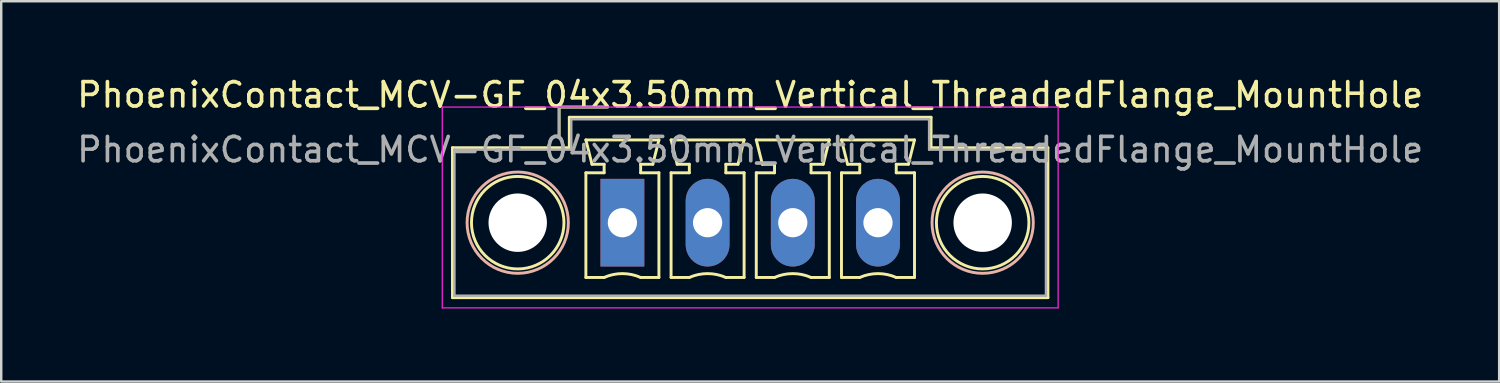
<source format=kicad_pcb>
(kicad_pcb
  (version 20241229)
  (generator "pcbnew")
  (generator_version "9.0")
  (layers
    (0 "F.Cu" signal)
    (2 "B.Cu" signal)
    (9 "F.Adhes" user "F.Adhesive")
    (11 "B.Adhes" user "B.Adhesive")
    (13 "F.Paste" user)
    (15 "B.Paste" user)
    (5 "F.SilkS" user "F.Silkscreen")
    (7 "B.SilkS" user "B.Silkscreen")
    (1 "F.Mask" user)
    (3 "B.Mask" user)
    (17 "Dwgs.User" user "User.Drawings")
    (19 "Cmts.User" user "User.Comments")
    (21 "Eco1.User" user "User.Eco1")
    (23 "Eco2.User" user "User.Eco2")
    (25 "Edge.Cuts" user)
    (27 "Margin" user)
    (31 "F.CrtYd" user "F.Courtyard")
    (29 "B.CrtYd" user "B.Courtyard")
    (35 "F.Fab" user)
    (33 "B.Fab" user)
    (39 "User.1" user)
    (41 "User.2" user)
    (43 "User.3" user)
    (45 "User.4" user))
  (footprint "PhoenixContact_MCV-GF_04x3.50mm_Vertical_ThreadedFlange_MountHole"
    (layer "F.Cu")
    (at 22.518 6.098)
    (property "Reference" "PhoenixContact_MCV-GF_04x3.50mm_Vertical_ThreadedFlange_MountHole" (at 5.25 -5.25 0) (layer "F.SilkS") (effects (font (size 1 1) (thickness 0.15))))
    (attr through_hole)
    (fp_line (start -6.98 -3.08) (end -6.98 3.08) (stroke (width 0.12) (type solid)) (layer "F.SilkS"))
    (fp_line (start -6.98 3.08) (end 17.48 3.08) (stroke (width 0.12) (type solid)) (layer "F.SilkS"))
    (fp_line (start -2.6 -4.75) (end -0.6 -4.75) (stroke (width 0.12) (type solid)) (layer "F.SilkS"))
    (fp_line (start -2.6 -3.5) (end -2.6 -4.75) (stroke (width 0.12) (type solid)) (layer "F.SilkS"))
    (fp_line (start -2.18 -4.33) (end -2.18 -3.08) (stroke (width 0.12) (type solid)) (layer "F.SilkS"))
    (fp_line (start -2.18 -3.08) (end -6.98 -3.08) (stroke (width 0.12) (type solid)) (layer "F.SilkS"))
    (fp_line (start -1.5 -3.4) (end 1.5 -3.4) (stroke (width 0.12) (type solid)) (layer "F.SilkS"))
    (fp_line (start -1.5 -2.05) (end -0.75 -2.05) (stroke (width 0.12) (type solid)) (layer "F.SilkS"))
    (fp_line (start -1.5 2.25) (end -1.5 -2.05) (stroke (width 0.12) (type solid)) (layer "F.SilkS"))
    (fp_line (start -1.25 -2.4) (end -1.5 -3.4) (stroke (width 0.12) (type solid)) (layer "F.SilkS"))
    (fp_line (start -0.75 -2.4) (end -1.25 -2.4) (stroke (width 0.12) (type solid)) (layer "F.SilkS"))
    (fp_line (start -0.75 -2.05) (end -0.75 -2.4) (stroke (width 0.12) (type solid)) (layer "F.SilkS"))
    (fp_line (start -0.75 2.25) (end -1.5 2.25) (stroke (width 0.12) (type solid)) (layer "F.SilkS"))
    (fp_line (start 0.75 -2.4) (end 0.75 -2.05) (stroke (width 0.12) (type solid)) (layer "F.SilkS"))
    (fp_line (start 0.75 -2.05) (end 1.5 -2.05) (stroke (width 0.12) (type solid)) (layer "F.SilkS"))
    (fp_line (start 1.25 -2.4) (end 0.75 -2.4) (stroke (width 0.12) (type solid)) (layer "F.SilkS"))
    (fp_line (start 1.5 -3.4) (end 1.25 -2.4) (stroke (width 0.12) (type solid)) (layer "F.SilkS"))
    (fp_line (start 1.5 -2.05) (end 1.5 2.25) (stroke (width 0.12) (type solid)) (layer "F.SilkS"))
    (fp_line (start 1.5 2.25) (end 0.75 2.25) (stroke (width 0.12) (type solid)) (layer "F.SilkS"))
    (fp_line (start 2 -3.4) (end 5 -3.4) (stroke (width 0.12) (type solid)) (layer "F.SilkS"))
    (fp_line (start 2 -2.05) (end 2.75 -2.05) (stroke (width 0.12) (type solid)) (layer "F.SilkS"))
    (fp_line (start 2 2.25) (end 2 -2.05) (stroke (width 0.12) (type solid)) (layer "F.SilkS"))
    (fp_line (start 2.25 -2.4) (end 2 -3.4) (stroke (width 0.12) (type solid)) (layer "F.SilkS"))
    (fp_line (start 2.75 -2.4) (end 2.25 -2.4) (stroke (width 0.12) (type solid)) (layer "F.SilkS"))
    (fp_line (start 2.75 -2.05) (end 2.75 -2.4) (stroke (width 0.12) (type solid)) (layer "F.SilkS"))
    (fp_line (start 2.75 2.25) (end 2 2.25) (stroke (width 0.12) (type solid)) (layer "F.SilkS"))
    (fp_line (start 4.25 -2.4) (end 4.25 -2.05) (stroke (width 0.12) (type solid)) (layer "F.SilkS"))
    (fp_line (start 4.25 -2.05) (end 5 -2.05) (stroke (width 0.12) (type solid)) (layer "F.SilkS"))
    (fp_line (start 4.75 -2.4) (end 4.25 -2.4) (stroke (width 0.12) (type solid)) (layer "F.SilkS"))
    (fp_line (start 5 -3.4) (end 4.75 -2.4) (stroke (width 0.12) (type solid)) (layer "F.SilkS"))
    (fp_line (start 5 -2.05) (end 5 2.25) (stroke (width 0.12) (type solid)) (layer "F.SilkS"))
    (fp_line (start 5 2.25) (end 4.25 2.25) (stroke (width 0.12) (type solid)) (layer "F.SilkS"))
    (fp_line (start 5.5 -3.4) (end 8.5 -3.4) (stroke (width 0.12) (type solid)) (layer "F.SilkS"))
    (fp_line (start 5.5 -2.05) (end 6.25 -2.05) (stroke (width 0.12) (type solid)) (layer "F.SilkS"))
    (fp_line (start 5.5 2.25) (end 5.5 -2.05) (stroke (width 0.12) (type solid)) (layer "F.SilkS"))
    (fp_line (start 5.75 -2.4) (end 5.5 -3.4) (stroke (width 0.12) (type solid)) (layer "F.SilkS"))
    (fp_line (start 6.25 -2.4) (end 5.75 -2.4) (stroke (width 0.12) (type solid)) (layer "F.SilkS"))
    (fp_line (start 6.25 -2.05) (end 6.25 -2.4) (stroke (width 0.12) (type solid)) (layer "F.SilkS"))
    (fp_line (start 6.25 2.25) (end 5.5 2.25) (stroke (width 0.12) (type solid)) (layer "F.SilkS"))
    (fp_line (start 7.75 -2.4) (end 7.75 -2.05) (stroke (width 0.12) (type solid)) (layer "F.SilkS"))
    (fp_line (start 7.75 -2.05) (end 8.5 -2.05) (stroke (width 0.12) (type solid)) (layer "F.SilkS"))
    (fp_line (start 8.25 -2.4) (end 7.75 -2.4) (stroke (width 0.12) (type solid)) (layer "F.SilkS"))
    (fp_line (start 8.5 -3.4) (end 8.25 -2.4) (stroke (width 0.12) (type solid)) (layer "F.SilkS"))
    (fp_line (start 8.5 -2.05) (end 8.5 2.25) (stroke (width 0.12) (type solid)) (layer "F.SilkS"))
    (fp_line (start 8.5 2.25) (end 7.75 2.25) (stroke (width 0.12) (type solid)) (layer "F.SilkS"))
    (fp_line (start 9 -3.4) (end 12 -3.4) (stroke (width 0.12) (type solid)) (layer "F.SilkS"))
    (fp_line (start 9 -2.05) (end 9.75 -2.05) (stroke (width 0.12) (type solid)) (layer "F.SilkS"))
    (fp_line (start 9 2.25) (end 9 -2.05) (stroke (width 0.12) (type solid)) (layer "F.SilkS"))
    (fp_line (start 9.25 -2.4) (end 9 -3.4) (stroke (width 0.12) (type solid)) (layer "F.SilkS"))
    (fp_line (start 9.75 -2.4) (end 9.25 -2.4) (stroke (width 0.12) (type solid)) (layer "F.SilkS"))
    (fp_line (start 9.75 -2.05) (end 9.75 -2.4) (stroke (width 0.12) (type solid)) (layer "F.SilkS"))
    (fp_line (start 9.75 2.25) (end 9 2.25) (stroke (width 0.12) (type solid)) (layer "F.SilkS"))
    (fp_line (start 11.25 -2.4) (end 11.25 -2.05) (stroke (width 0.12) (type solid)) (layer "F.SilkS"))
    (fp_line (start 11.25 -2.05) (end 12 -2.05) (stroke (width 0.12) (type solid)) (layer "F.SilkS"))
    (fp_line (start 11.75 -2.4) (end 11.25 -2.4) (stroke (width 0.12) (type solid)) (layer "F.SilkS"))
    (fp_line (start 12 -3.4) (end 11.75 -2.4) (stroke (width 0.12) (type solid)) (layer "F.SilkS"))
    (fp_line (start 12 -2.05) (end 12 2.25) (stroke (width 0.12) (type solid)) (layer "F.SilkS"))
    (fp_line (start 12 2.25) (end 11.25 2.25) (stroke (width 0.12) (type solid)) (layer "F.SilkS"))
    (fp_line (start 12.68 -4.33) (end -2.18 -4.33) (stroke (width 0.12) (type solid)) (layer "F.SilkS"))
    (fp_line (start 12.68 -3.08) (end 12.68 -4.33) (stroke (width 0.12) (type solid)) (layer "F.SilkS"))
    (fp_line (start 17.48 -3.08) (end 12.68 -3.08) (stroke (width 0.12) (type solid)) (layer "F.SilkS"))
    (fp_line (start 17.48 3.08) (end 17.48 -3.08) (stroke (width 0.12) (type solid)) (layer "F.SilkS"))
    (fp_arc (start -0.75 2.25) (mid -0.000193 2.09191) (end 0.749647 2.249844) (stroke (width 0.12) (type solid)) (layer "F.SilkS"))
    (fp_arc (start 2.75 2.25) (mid 3.499807 2.09191) (end 4.249647 2.249844) (stroke (width 0.12) (type solid)) (layer "F.SilkS"))
    (fp_arc (start 6.25 2.25) (mid 6.999807 2.09191) (end 7.749647 2.249844) (stroke (width 0.12) (type solid)) (layer "F.SilkS"))
    (fp_arc (start 9.75 2.25) (mid 10.499807 2.09191) (end 11.249647 2.249844) (stroke (width 0.12) (type solid)) (layer "F.SilkS"))
    (fp_circle (center -4.3 0) (end -2.4 0) (stroke (width 0.12) (type solid)) (fill no) (layer "F.SilkS"))
    (fp_circle (center 14.8 0) (end 16.7 0) (stroke (width 0.12) (type solid)) (fill no) (layer "F.SilkS"))
    (fp_circle (center -4.3 0) (end -2.22 0) (stroke (width 0.12) (type solid)) (fill no) (layer "B.SilkS"))
    (fp_circle (center 14.8 0) (end 16.88 0) (stroke (width 0.12) (type solid)) (fill no) (layer "B.SilkS"))
    (fp_line (start -7.4 -4.75) (end -7.4 3.5) (stroke (width 0.05) (type solid)) (layer "F.CrtYd"))
    (fp_line (start -7.4 3.5) (end 17.9 3.5) (stroke (width 0.05) (type solid)) (layer "F.CrtYd"))
    (fp_line (start 17.9 -4.75) (end -7.4 -4.75) (stroke (width 0.05) (type solid)) (layer "F.CrtYd"))
    (fp_line (start 17.9 3.5) (end 17.9 -4.75) (stroke (width 0.05) (type solid)) (layer "F.CrtYd"))
    (fp_line (start -6.9 -3) (end -6.9 3) (stroke (width 0.1) (type solid)) (layer "F.Fab"))
    (fp_line (start -6.9 3) (end 17.4 3) (stroke (width 0.1) (type solid)) (layer "F.Fab"))
    (fp_line (start -2.6 -4.75) (end -0.6 -4.75) (stroke (width 0.1) (type solid)) (layer "F.Fab"))
    (fp_line (start -2.6 -3.5) (end -2.6 -4.75) (stroke (width 0.1) (type solid)) (layer "F.Fab"))
    (fp_line (start -2.1 -4.25) (end -2.1 -3) (stroke (width 0.1) (type solid)) (layer "F.Fab"))
    (fp_line (start -2.1 -3) (end -6.9 -3) (stroke (width 0.1) (type solid)) (layer "F.Fab"))
    (fp_line (start 12.6 -4.25) (end -2.1 -4.25) (stroke (width 0.1) (type solid)) (layer "F.Fab"))
    (fp_line (start 12.6 -3) (end 12.6 -4.25) (stroke (width 0.1) (type solid)) (layer "F.Fab"))
    (fp_line (start 17.4 -3) (end 12.6 -3) (stroke (width 0.1) (type solid)) (layer "F.Fab"))
    (fp_line (start 17.4 3) (end 17.4 -3) (stroke (width 0.1) (type solid)) (layer "F.Fab"))
    (fp_text user "${REFERENCE}" (at 5.25 -3 0) (layer "F.Fab") (effects (font (size 1 1) (thickness 0.15))))
    (pad "" np_thru_hole circle (at -4.3 0) (size 2.4 2.4) (drill 2.4) (layers "*.Cu" "*.Mask"))
    (pad "" np_thru_hole circle (at 14.8 0) (size 2.4 2.4) (drill 2.4) (layers "*.Cu" "*.Mask"))
    (pad "1" thru_hole rect (at 0 0) (size 1.8 3.6) (drill 1.2) (layers "*.Cu" "*.Mask"))
    (pad "2" thru_hole oval (at 3.5 0) (size 1.8 3.6) (drill 1.2) (layers "*.Cu" "*.Mask"))
    (pad "3" thru_hole oval (at 7 0) (size 1.8 3.6) (drill 1.2) (layers "*.Cu" "*.Mask"))
    (pad "4" thru_hole oval (at 10.5 0) (size 1.8 3.6) (drill 1.2) (layers "*.Cu" "*.Mask")))
  (gr_rect
    (start -3 -3)
    (end 58.536 12.623)
    (stroke (width 0.1) (type default))
    (fill no)
    (layer "Edge.Cuts")))
</source>
